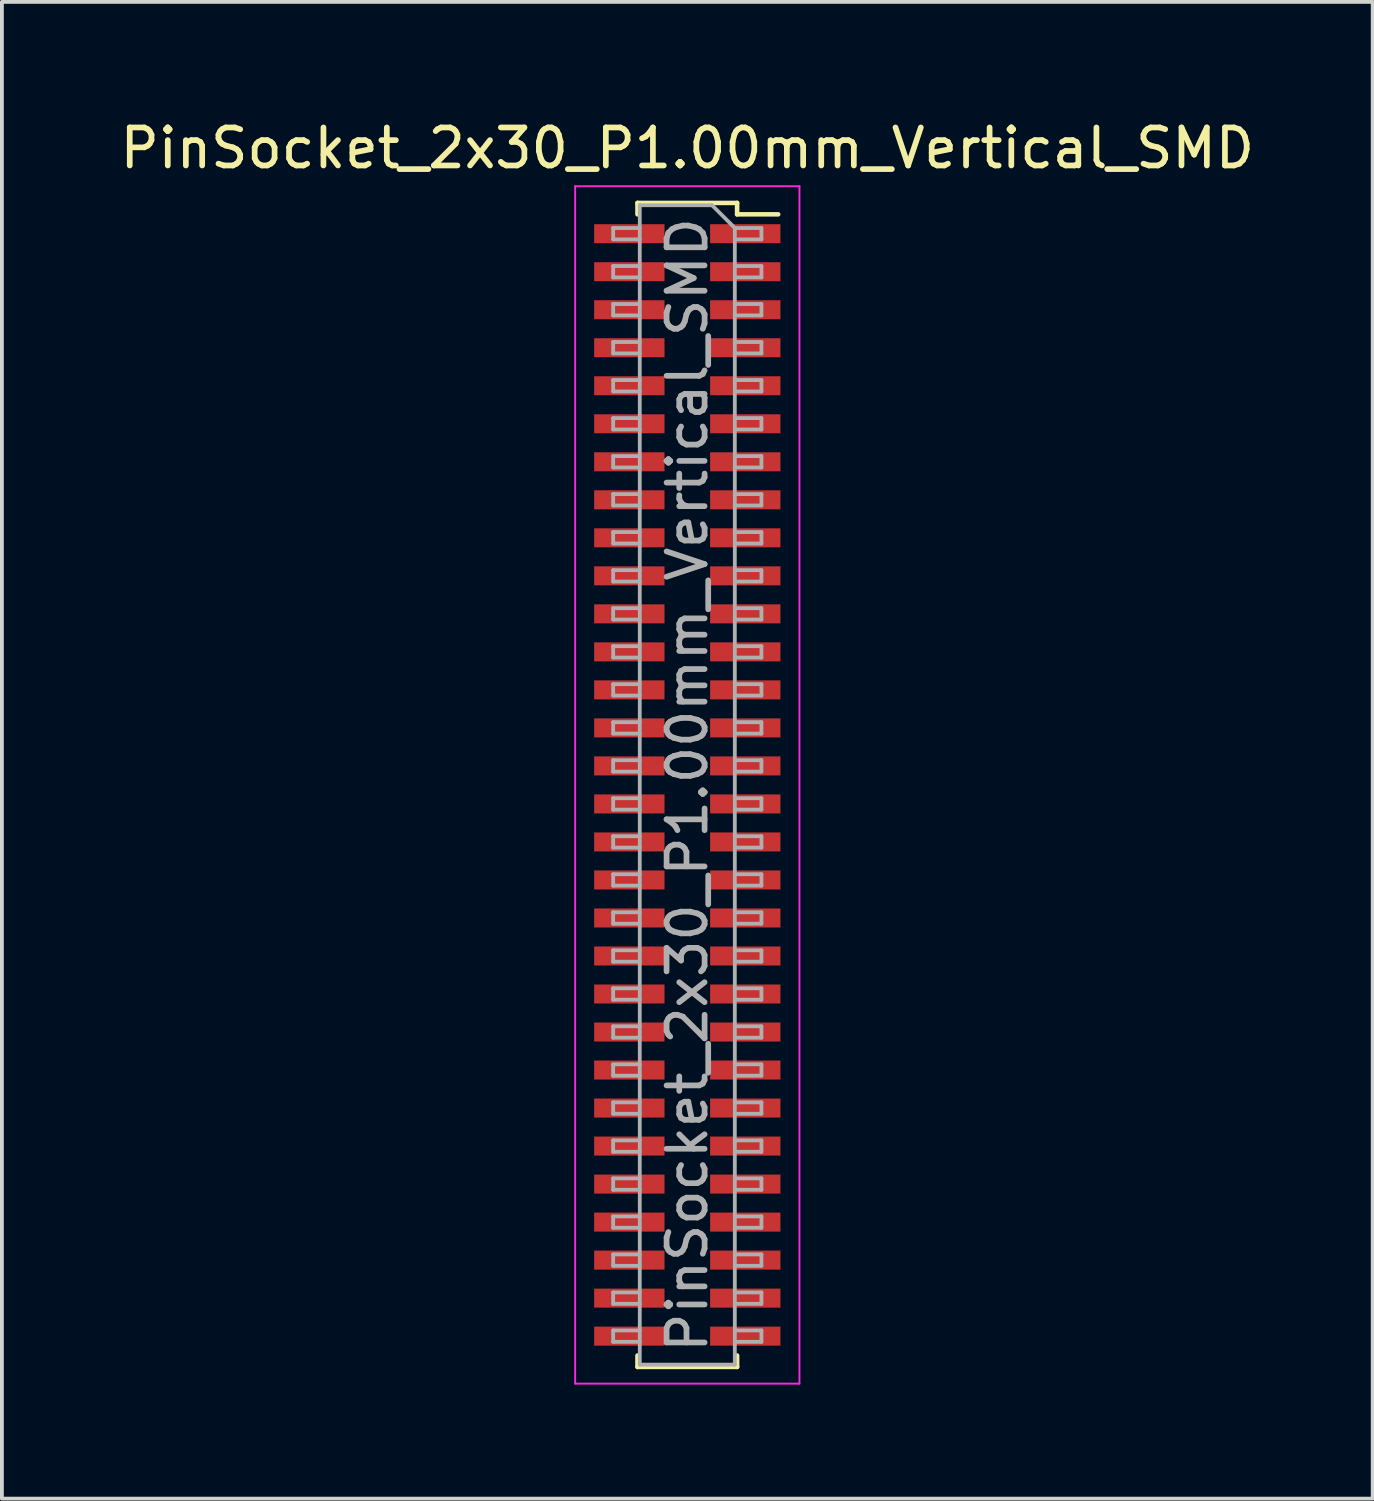
<source format=kicad_pcb>
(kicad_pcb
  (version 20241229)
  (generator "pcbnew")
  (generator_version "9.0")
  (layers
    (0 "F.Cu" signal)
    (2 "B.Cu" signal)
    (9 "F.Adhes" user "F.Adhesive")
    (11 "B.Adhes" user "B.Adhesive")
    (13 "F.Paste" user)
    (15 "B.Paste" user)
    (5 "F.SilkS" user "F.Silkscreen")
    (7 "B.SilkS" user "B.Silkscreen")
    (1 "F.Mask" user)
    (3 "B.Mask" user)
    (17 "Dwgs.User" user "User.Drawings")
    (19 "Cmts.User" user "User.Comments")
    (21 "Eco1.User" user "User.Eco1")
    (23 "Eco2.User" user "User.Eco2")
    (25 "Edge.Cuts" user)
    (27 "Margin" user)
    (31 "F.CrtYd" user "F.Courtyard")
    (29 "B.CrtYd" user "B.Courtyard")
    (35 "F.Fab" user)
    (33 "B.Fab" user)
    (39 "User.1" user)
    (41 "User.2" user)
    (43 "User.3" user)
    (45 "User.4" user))
  (footprint "PinSocket_2x30_P1.00mm_Vertical_SMD"
    (layer "F.Cu")
    (at 15.03 17.598)
    (property "Reference" "PinSocket_2x30_P1.00mm_Vertical_SMD" (at 0 -16.75 0) (layer "F.SilkS") (effects (font (size 1 1) (thickness 0.15))))
    (attr smd)
    (fp_line (start -1.31 -15.31) (end -1.31 -15.01) (stroke (width 0.12) (type solid)) (layer "F.SilkS"))
    (fp_line (start -1.31 -15.31) (end 1.31 -15.31) (stroke (width 0.12) (type solid)) (layer "F.SilkS"))
    (fp_line (start -1.31 15.01) (end -1.31 15.31) (stroke (width 0.12) (type solid)) (layer "F.SilkS"))
    (fp_line (start -1.31 15.31) (end 1.31 15.31) (stroke (width 0.12) (type solid)) (layer "F.SilkS"))
    (fp_line (start 1.31 -15.31) (end 1.31 -15.01) (stroke (width 0.12) (type solid)) (layer "F.SilkS"))
    (fp_line (start 1.31 -15.01) (end 2.39 -15.01) (stroke (width 0.12) (type solid)) (layer "F.SilkS"))
    (fp_line (start 1.31 15.01) (end 1.31 15.31) (stroke (width 0.12) (type solid)) (layer "F.SilkS"))
    (fp_line (start -2.95 -15.75) (end 2.95 -15.75) (stroke (width 0.05) (type solid)) (layer "F.CrtYd"))
    (fp_line (start -2.95 15.75) (end -2.95 -15.75) (stroke (width 0.05) (type solid)) (layer "F.CrtYd"))
    (fp_line (start 2.95 -15.75) (end 2.95 15.75) (stroke (width 0.05) (type solid)) (layer "F.CrtYd"))
    (fp_line (start 2.95 15.75) (end -2.95 15.75) (stroke (width 0.05) (type solid)) (layer "F.CrtYd"))
    (fp_line (start -1.95 -14.65) (end -1.25 -14.65) (stroke (width 0.1) (type solid)) (layer "F.Fab"))
    (fp_line (start -1.95 -14.35) (end -1.95 -14.65) (stroke (width 0.1) (type solid)) (layer "F.Fab"))
    (fp_line (start -1.95 -13.65) (end -1.25 -13.65) (stroke (width 0.1) (type solid)) (layer "F.Fab"))
    (fp_line (start -1.95 -13.35) (end -1.95 -13.65) (stroke (width 0.1) (type solid)) (layer "F.Fab"))
    (fp_line (start -1.95 -12.65) (end -1.25 -12.65) (stroke (width 0.1) (type solid)) (layer "F.Fab"))
    (fp_line (start -1.95 -12.35) (end -1.95 -12.65) (stroke (width 0.1) (type solid)) (layer "F.Fab"))
    (fp_line (start -1.95 -11.65) (end -1.25 -11.65) (stroke (width 0.1) (type solid)) (layer "F.Fab"))
    (fp_line (start -1.95 -11.35) (end -1.95 -11.65) (stroke (width 0.1) (type solid)) (layer "F.Fab"))
    (fp_line (start -1.95 -10.65) (end -1.25 -10.65) (stroke (width 0.1) (type solid)) (layer "F.Fab"))
    (fp_line (start -1.95 -10.35) (end -1.95 -10.65) (stroke (width 0.1) (type solid)) (layer "F.Fab"))
    (fp_line (start -1.95 -9.65) (end -1.25 -9.65) (stroke (width 0.1) (type solid)) (layer "F.Fab"))
    (fp_line (start -1.95 -9.35) (end -1.95 -9.65) (stroke (width 0.1) (type solid)) (layer "F.Fab"))
    (fp_line (start -1.95 -8.65) (end -1.25 -8.65) (stroke (width 0.1) (type solid)) (layer "F.Fab"))
    (fp_line (start -1.95 -8.35) (end -1.95 -8.65) (stroke (width 0.1) (type solid)) (layer "F.Fab"))
    (fp_line (start -1.95 -7.65) (end -1.25 -7.65) (stroke (width 0.1) (type solid)) (layer "F.Fab"))
    (fp_line (start -1.95 -7.35) (end -1.95 -7.65) (stroke (width 0.1) (type solid)) (layer "F.Fab"))
    (fp_line (start -1.95 -6.65) (end -1.25 -6.65) (stroke (width 0.1) (type solid)) (layer "F.Fab"))
    (fp_line (start -1.95 -6.35) (end -1.95 -6.65) (stroke (width 0.1) (type solid)) (layer "F.Fab"))
    (fp_line (start -1.95 -5.65) (end -1.25 -5.65) (stroke (width 0.1) (type solid)) (layer "F.Fab"))
    (fp_line (start -1.95 -5.35) (end -1.95 -5.65) (stroke (width 0.1) (type solid)) (layer "F.Fab"))
    (fp_line (start -1.95 -4.65) (end -1.25 -4.65) (stroke (width 0.1) (type solid)) (layer "F.Fab"))
    (fp_line (start -1.95 -4.35) (end -1.95 -4.65) (stroke (width 0.1) (type solid)) (layer "F.Fab"))
    (fp_line (start -1.95 -3.65) (end -1.25 -3.65) (stroke (width 0.1) (type solid)) (layer "F.Fab"))
    (fp_line (start -1.95 -3.35) (end -1.95 -3.65) (stroke (width 0.1) (type solid)) (layer "F.Fab"))
    (fp_line (start -1.95 -2.65) (end -1.25 -2.65) (stroke (width 0.1) (type solid)) (layer "F.Fab"))
    (fp_line (start -1.95 -2.35) (end -1.95 -2.65) (stroke (width 0.1) (type solid)) (layer "F.Fab"))
    (fp_line (start -1.95 -1.65) (end -1.25 -1.65) (stroke (width 0.1) (type solid)) (layer "F.Fab"))
    (fp_line (start -1.95 -1.35) (end -1.95 -1.65) (stroke (width 0.1) (type solid)) (layer "F.Fab"))
    (fp_line (start -1.95 -0.65) (end -1.25 -0.65) (stroke (width 0.1) (type solid)) (layer "F.Fab"))
    (fp_line (start -1.95 -0.35) (end -1.95 -0.65) (stroke (width 0.1) (type solid)) (layer "F.Fab"))
    (fp_line (start -1.95 0.35) (end -1.25 0.35) (stroke (width 0.1) (type solid)) (layer "F.Fab"))
    (fp_line (start -1.95 0.65) (end -1.95 0.35) (stroke (width 0.1) (type solid)) (layer "F.Fab"))
    (fp_line (start -1.95 1.35) (end -1.25 1.35) (stroke (width 0.1) (type solid)) (layer "F.Fab"))
    (fp_line (start -1.95 1.65) (end -1.95 1.35) (stroke (width 0.1) (type solid)) (layer "F.Fab"))
    (fp_line (start -1.95 2.35) (end -1.25 2.35) (stroke (width 0.1) (type solid)) (layer "F.Fab"))
    (fp_line (start -1.95 2.65) (end -1.95 2.35) (stroke (width 0.1) (type solid)) (layer "F.Fab"))
    (fp_line (start -1.95 3.35) (end -1.25 3.35) (stroke (width 0.1) (type solid)) (layer "F.Fab"))
    (fp_line (start -1.95 3.65) (end -1.95 3.35) (stroke (width 0.1) (type solid)) (layer "F.Fab"))
    (fp_line (start -1.95 4.35) (end -1.25 4.35) (stroke (width 0.1) (type solid)) (layer "F.Fab"))
    (fp_line (start -1.95 4.65) (end -1.95 4.35) (stroke (width 0.1) (type solid)) (layer "F.Fab"))
    (fp_line (start -1.95 5.35) (end -1.25 5.35) (stroke (width 0.1) (type solid)) (layer "F.Fab"))
    (fp_line (start -1.95 5.65) (end -1.95 5.35) (stroke (width 0.1) (type solid)) (layer "F.Fab"))
    (fp_line (start -1.95 6.35) (end -1.25 6.35) (stroke (width 0.1) (type solid)) (layer "F.Fab"))
    (fp_line (start -1.95 6.65) (end -1.95 6.35) (stroke (width 0.1) (type solid)) (layer "F.Fab"))
    (fp_line (start -1.95 7.35) (end -1.25 7.35) (stroke (width 0.1) (type solid)) (layer "F.Fab"))
    (fp_line (start -1.95 7.65) (end -1.95 7.35) (stroke (width 0.1) (type solid)) (layer "F.Fab"))
    (fp_line (start -1.95 8.35) (end -1.25 8.35) (stroke (width 0.1) (type solid)) (layer "F.Fab"))
    (fp_line (start -1.95 8.65) (end -1.95 8.35) (stroke (width 0.1) (type solid)) (layer "F.Fab"))
    (fp_line (start -1.95 9.35) (end -1.25 9.35) (stroke (width 0.1) (type solid)) (layer "F.Fab"))
    (fp_line (start -1.95 9.65) (end -1.95 9.35) (stroke (width 0.1) (type solid)) (layer "F.Fab"))
    (fp_line (start -1.95 10.35) (end -1.25 10.35) (stroke (width 0.1) (type solid)) (layer "F.Fab"))
    (fp_line (start -1.95 10.65) (end -1.95 10.35) (stroke (width 0.1) (type solid)) (layer "F.Fab"))
    (fp_line (start -1.95 11.35) (end -1.25 11.35) (stroke (width 0.1) (type solid)) (layer "F.Fab"))
    (fp_line (start -1.95 11.65) (end -1.95 11.35) (stroke (width 0.1) (type solid)) (layer "F.Fab"))
    (fp_line (start -1.95 12.35) (end -1.25 12.35) (stroke (width 0.1) (type solid)) (layer "F.Fab"))
    (fp_line (start -1.95 12.65) (end -1.95 12.35) (stroke (width 0.1) (type solid)) (layer "F.Fab"))
    (fp_line (start -1.95 13.35) (end -1.25 13.35) (stroke (width 0.1) (type solid)) (layer "F.Fab"))
    (fp_line (start -1.95 13.65) (end -1.95 13.35) (stroke (width 0.1) (type solid)) (layer "F.Fab"))
    (fp_line (start -1.95 14.35) (end -1.25 14.35) (stroke (width 0.1) (type solid)) (layer "F.Fab"))
    (fp_line (start -1.95 14.65) (end -1.95 14.35) (stroke (width 0.1) (type solid)) (layer "F.Fab"))
    (fp_line (start -1.25 -15.25) (end 0.65 -15.25) (stroke (width 0.1) (type solid)) (layer "F.Fab"))
    (fp_line (start -1.25 -14.35) (end -1.95 -14.35) (stroke (width 0.1) (type solid)) (layer "F.Fab"))
    (fp_line (start -1.25 -13.35) (end -1.95 -13.35) (stroke (width 0.1) (type solid)) (layer "F.Fab"))
    (fp_line (start -1.25 -12.35) (end -1.95 -12.35) (stroke (width 0.1) (type solid)) (layer "F.Fab"))
    (fp_line (start -1.25 -11.35) (end -1.95 -11.35) (stroke (width 0.1) (type solid)) (layer "F.Fab"))
    (fp_line (start -1.25 -10.35) (end -1.95 -10.35) (stroke (width 0.1) (type solid)) (layer "F.Fab"))
    (fp_line (start -1.25 -9.35) (end -1.95 -9.35) (stroke (width 0.1) (type solid)) (layer "F.Fab"))
    (fp_line (start -1.25 -8.35) (end -1.95 -8.35) (stroke (width 0.1) (type solid)) (layer "F.Fab"))
    (fp_line (start -1.25 -7.35) (end -1.95 -7.35) (stroke (width 0.1) (type solid)) (layer "F.Fab"))
    (fp_line (start -1.25 -6.35) (end -1.95 -6.35) (stroke (width 0.1) (type solid)) (layer "F.Fab"))
    (fp_line (start -1.25 -5.35) (end -1.95 -5.35) (stroke (width 0.1) (type solid)) (layer "F.Fab"))
    (fp_line (start -1.25 -4.35) (end -1.95 -4.35) (stroke (width 0.1) (type solid)) (layer "F.Fab"))
    (fp_line (start -1.25 -3.35) (end -1.95 -3.35) (stroke (width 0.1) (type solid)) (layer "F.Fab"))
    (fp_line (start -1.25 -2.35) (end -1.95 -2.35) (stroke (width 0.1) (type solid)) (layer "F.Fab"))
    (fp_line (start -1.25 -1.35) (end -1.95 -1.35) (stroke (width 0.1) (type solid)) (layer "F.Fab"))
    (fp_line (start -1.25 -0.35) (end -1.95 -0.35) (stroke (width 0.1) (type solid)) (layer "F.Fab"))
    (fp_line (start -1.25 0.65) (end -1.95 0.65) (stroke (width 0.1) (type solid)) (layer "F.Fab"))
    (fp_line (start -1.25 1.65) (end -1.95 1.65) (stroke (width 0.1) (type solid)) (layer "F.Fab"))
    (fp_line (start -1.25 2.65) (end -1.95 2.65) (stroke (width 0.1) (type solid)) (layer "F.Fab"))
    (fp_line (start -1.25 3.65) (end -1.95 3.65) (stroke (width 0.1) (type solid)) (layer "F.Fab"))
    (fp_line (start -1.25 4.65) (end -1.95 4.65) (stroke (width 0.1) (type solid)) (layer "F.Fab"))
    (fp_line (start -1.25 5.65) (end -1.95 5.65) (stroke (width 0.1) (type solid)) (layer "F.Fab"))
    (fp_line (start -1.25 6.65) (end -1.95 6.65) (stroke (width 0.1) (type solid)) (layer "F.Fab"))
    (fp_line (start -1.25 7.65) (end -1.95 7.65) (stroke (width 0.1) (type solid)) (layer "F.Fab"))
    (fp_line (start -1.25 8.65) (end -1.95 8.65) (stroke (width 0.1) (type solid)) (layer "F.Fab"))
    (fp_line (start -1.25 9.65) (end -1.95 9.65) (stroke (width 0.1) (type solid)) (layer "F.Fab"))
    (fp_line (start -1.25 10.65) (end -1.95 10.65) (stroke (width 0.1) (type solid)) (layer "F.Fab"))
    (fp_line (start -1.25 11.65) (end -1.95 11.65) (stroke (width 0.1) (type solid)) (layer "F.Fab"))
    (fp_line (start -1.25 12.65) (end -1.95 12.65) (stroke (width 0.1) (type solid)) (layer "F.Fab"))
    (fp_line (start -1.25 13.65) (end -1.95 13.65) (stroke (width 0.1) (type solid)) (layer "F.Fab"))
    (fp_line (start -1.25 14.65) (end -1.95 14.65) (stroke (width 0.1) (type solid)) (layer "F.Fab"))
    (fp_line (start -1.25 15.25) (end -1.25 -15.25) (stroke (width 0.1) (type solid)) (layer "F.Fab"))
    (fp_line (start 0.65 -15.25) (end 1.25 -14.65) (stroke (width 0.1) (type solid)) (layer "F.Fab"))
    (fp_line (start 1.25 -14.65) (end 1.25 15.25) (stroke (width 0.1) (type solid)) (layer "F.Fab"))
    (fp_line (start 1.25 -14.65) (end 1.95 -14.65) (stroke (width 0.1) (type solid)) (layer "F.Fab"))
    (fp_line (start 1.25 -13.65) (end 1.95 -13.65) (stroke (width 0.1) (type solid)) (layer "F.Fab"))
    (fp_line (start 1.25 -12.65) (end 1.95 -12.65) (stroke (width 0.1) (type solid)) (layer "F.Fab"))
    (fp_line (start 1.25 -11.65) (end 1.95 -11.65) (stroke (width 0.1) (type solid)) (layer "F.Fab"))
    (fp_line (start 1.25 -10.65) (end 1.95 -10.65) (stroke (width 0.1) (type solid)) (layer "F.Fab"))
    (fp_line (start 1.25 -9.65) (end 1.95 -9.65) (stroke (width 0.1) (type solid)) (layer "F.Fab"))
    (fp_line (start 1.25 -8.65) (end 1.95 -8.65) (stroke (width 0.1) (type solid)) (layer "F.Fab"))
    (fp_line (start 1.25 -7.65) (end 1.95 -7.65) (stroke (width 0.1) (type solid)) (layer "F.Fab"))
    (fp_line (start 1.25 -6.65) (end 1.95 -6.65) (stroke (width 0.1) (type solid)) (layer "F.Fab"))
    (fp_line (start 1.25 -5.65) (end 1.95 -5.65) (stroke (width 0.1) (type solid)) (layer "F.Fab"))
    (fp_line (start 1.25 -4.65) (end 1.95 -4.65) (stroke (width 0.1) (type solid)) (layer "F.Fab"))
    (fp_line (start 1.25 -3.65) (end 1.95 -3.65) (stroke (width 0.1) (type solid)) (layer "F.Fab"))
    (fp_line (start 1.25 -2.65) (end 1.95 -2.65) (stroke (width 0.1) (type solid)) (layer "F.Fab"))
    (fp_line (start 1.25 -1.65) (end 1.95 -1.65) (stroke (width 0.1) (type solid)) (layer "F.Fab"))
    (fp_line (start 1.25 -0.65) (end 1.95 -0.65) (stroke (width 0.1) (type solid)) (layer "F.Fab"))
    (fp_line (start 1.25 0.35) (end 1.95 0.35) (stroke (width 0.1) (type solid)) (layer "F.Fab"))
    (fp_line (start 1.25 1.35) (end 1.95 1.35) (stroke (width 0.1) (type solid)) (layer "F.Fab"))
    (fp_line (start 1.25 2.35) (end 1.95 2.35) (stroke (width 0.1) (type solid)) (layer "F.Fab"))
    (fp_line (start 1.25 3.35) (end 1.95 3.35) (stroke (width 0.1) (type solid)) (layer "F.Fab"))
    (fp_line (start 1.25 4.35) (end 1.95 4.35) (stroke (width 0.1) (type solid)) (layer "F.Fab"))
    (fp_line (start 1.25 5.35) (end 1.95 5.35) (stroke (width 0.1) (type solid)) (layer "F.Fab"))
    (fp_line (start 1.25 6.35) (end 1.95 6.35) (stroke (width 0.1) (type solid)) (layer "F.Fab"))
    (fp_line (start 1.25 7.35) (end 1.95 7.35) (stroke (width 0.1) (type solid)) (layer "F.Fab"))
    (fp_line (start 1.25 8.35) (end 1.95 8.35) (stroke (width 0.1) (type solid)) (layer "F.Fab"))
    (fp_line (start 1.25 9.35) (end 1.95 9.35) (stroke (width 0.1) (type solid)) (layer "F.Fab"))
    (fp_line (start 1.25 10.35) (end 1.95 10.35) (stroke (width 0.1) (type solid)) (layer "F.Fab"))
    (fp_line (start 1.25 11.35) (end 1.95 11.35) (stroke (width 0.1) (type solid)) (layer "F.Fab"))
    (fp_line (start 1.25 12.35) (end 1.95 12.35) (stroke (width 0.1) (type solid)) (layer "F.Fab"))
    (fp_line (start 1.25 13.35) (end 1.95 13.35) (stroke (width 0.1) (type solid)) (layer "F.Fab"))
    (fp_line (start 1.25 14.35) (end 1.95 14.35) (stroke (width 0.1) (type solid)) (layer "F.Fab"))
    (fp_line (start 1.25 15.25) (end -1.25 15.25) (stroke (width 0.1) (type solid)) (layer "F.Fab"))
    (fp_line (start 1.95 -14.65) (end 1.95 -14.35) (stroke (width 0.1) (type solid)) (layer "F.Fab"))
    (fp_line (start 1.95 -14.35) (end 1.25 -14.35) (stroke (width 0.1) (type solid)) (layer "F.Fab"))
    (fp_line (start 1.95 -13.65) (end 1.95 -13.35) (stroke (width 0.1) (type solid)) (layer "F.Fab"))
    (fp_line (start 1.95 -13.35) (end 1.25 -13.35) (stroke (width 0.1) (type solid)) (layer "F.Fab"))
    (fp_line (start 1.95 -12.65) (end 1.95 -12.35) (stroke (width 0.1) (type solid)) (layer "F.Fab"))
    (fp_line (start 1.95 -12.35) (end 1.25 -12.35) (stroke (width 0.1) (type solid)) (layer "F.Fab"))
    (fp_line (start 1.95 -11.65) (end 1.95 -11.35) (stroke (width 0.1) (type solid)) (layer "F.Fab"))
    (fp_line (start 1.95 -11.35) (end 1.25 -11.35) (stroke (width 0.1) (type solid)) (layer "F.Fab"))
    (fp_line (start 1.95 -10.65) (end 1.95 -10.35) (stroke (width 0.1) (type solid)) (layer "F.Fab"))
    (fp_line (start 1.95 -10.35) (end 1.25 -10.35) (stroke (width 0.1) (type solid)) (layer "F.Fab"))
    (fp_line (start 1.95 -9.65) (end 1.95 -9.35) (stroke (width 0.1) (type solid)) (layer "F.Fab"))
    (fp_line (start 1.95 -9.35) (end 1.25 -9.35) (stroke (width 0.1) (type solid)) (layer "F.Fab"))
    (fp_line (start 1.95 -8.65) (end 1.95 -8.35) (stroke (width 0.1) (type solid)) (layer "F.Fab"))
    (fp_line (start 1.95 -8.35) (end 1.25 -8.35) (stroke (width 0.1) (type solid)) (layer "F.Fab"))
    (fp_line (start 1.95 -7.65) (end 1.95 -7.35) (stroke (width 0.1) (type solid)) (layer "F.Fab"))
    (fp_line (start 1.95 -7.35) (end 1.25 -7.35) (stroke (width 0.1) (type solid)) (layer "F.Fab"))
    (fp_line (start 1.95 -6.65) (end 1.95 -6.35) (stroke (width 0.1) (type solid)) (layer "F.Fab"))
    (fp_line (start 1.95 -6.35) (end 1.25 -6.35) (stroke (width 0.1) (type solid)) (layer "F.Fab"))
    (fp_line (start 1.95 -5.65) (end 1.95 -5.35) (stroke (width 0.1) (type solid)) (layer "F.Fab"))
    (fp_line (start 1.95 -5.35) (end 1.25 -5.35) (stroke (width 0.1) (type solid)) (layer "F.Fab"))
    (fp_line (start 1.95 -4.65) (end 1.95 -4.35) (stroke (width 0.1) (type solid)) (layer "F.Fab"))
    (fp_line (start 1.95 -4.35) (end 1.25 -4.35) (stroke (width 0.1) (type solid)) (layer "F.Fab"))
    (fp_line (start 1.95 -3.65) (end 1.95 -3.35) (stroke (width 0.1) (type solid)) (layer "F.Fab"))
    (fp_line (start 1.95 -3.35) (end 1.25 -3.35) (stroke (width 0.1) (type solid)) (layer "F.Fab"))
    (fp_line (start 1.95 -2.65) (end 1.95 -2.35) (stroke (width 0.1) (type solid)) (layer "F.Fab"))
    (fp_line (start 1.95 -2.35) (end 1.25 -2.35) (stroke (width 0.1) (type solid)) (layer "F.Fab"))
    (fp_line (start 1.95 -1.65) (end 1.95 -1.35) (stroke (width 0.1) (type solid)) (layer "F.Fab"))
    (fp_line (start 1.95 -1.35) (end 1.25 -1.35) (stroke (width 0.1) (type solid)) (layer "F.Fab"))
    (fp_line (start 1.95 -0.65) (end 1.95 -0.35) (stroke (width 0.1) (type solid)) (layer "F.Fab"))
    (fp_line (start 1.95 -0.35) (end 1.25 -0.35) (stroke (width 0.1) (type solid)) (layer "F.Fab"))
    (fp_line (start 1.95 0.35) (end 1.95 0.65) (stroke (width 0.1) (type solid)) (layer "F.Fab"))
    (fp_line (start 1.95 0.65) (end 1.25 0.65) (stroke (width 0.1) (type solid)) (layer "F.Fab"))
    (fp_line (start 1.95 1.35) (end 1.95 1.65) (stroke (width 0.1) (type solid)) (layer "F.Fab"))
    (fp_line (start 1.95 1.65) (end 1.25 1.65) (stroke (width 0.1) (type solid)) (layer "F.Fab"))
    (fp_line (start 1.95 2.35) (end 1.95 2.65) (stroke (width 0.1) (type solid)) (layer "F.Fab"))
    (fp_line (start 1.95 2.65) (end 1.25 2.65) (stroke (width 0.1) (type solid)) (layer "F.Fab"))
    (fp_line (start 1.95 3.35) (end 1.95 3.65) (stroke (width 0.1) (type solid)) (layer "F.Fab"))
    (fp_line (start 1.95 3.65) (end 1.25 3.65) (stroke (width 0.1) (type solid)) (layer "F.Fab"))
    (fp_line (start 1.95 4.35) (end 1.95 4.65) (stroke (width 0.1) (type solid)) (layer "F.Fab"))
    (fp_line (start 1.95 4.65) (end 1.25 4.65) (stroke (width 0.1) (type solid)) (layer "F.Fab"))
    (fp_line (start 1.95 5.35) (end 1.95 5.65) (stroke (width 0.1) (type solid)) (layer "F.Fab"))
    (fp_line (start 1.95 5.65) (end 1.25 5.65) (stroke (width 0.1) (type solid)) (layer "F.Fab"))
    (fp_line (start 1.95 6.35) (end 1.95 6.65) (stroke (width 0.1) (type solid)) (layer "F.Fab"))
    (fp_line (start 1.95 6.65) (end 1.25 6.65) (stroke (width 0.1) (type solid)) (layer "F.Fab"))
    (fp_line (start 1.95 7.35) (end 1.95 7.65) (stroke (width 0.1) (type solid)) (layer "F.Fab"))
    (fp_line (start 1.95 7.65) (end 1.25 7.65) (stroke (width 0.1) (type solid)) (layer "F.Fab"))
    (fp_line (start 1.95 8.35) (end 1.95 8.65) (stroke (width 0.1) (type solid)) (layer "F.Fab"))
    (fp_line (start 1.95 8.65) (end 1.25 8.65) (stroke (width 0.1) (type solid)) (layer "F.Fab"))
    (fp_line (start 1.95 9.35) (end 1.95 9.65) (stroke (width 0.1) (type solid)) (layer "F.Fab"))
    (fp_line (start 1.95 9.65) (end 1.25 9.65) (stroke (width 0.1) (type solid)) (layer "F.Fab"))
    (fp_line (start 1.95 10.35) (end 1.95 10.65) (stroke (width 0.1) (type solid)) (layer "F.Fab"))
    (fp_line (start 1.95 10.65) (end 1.25 10.65) (stroke (width 0.1) (type solid)) (layer "F.Fab"))
    (fp_line (start 1.95 11.35) (end 1.95 11.65) (stroke (width 0.1) (type solid)) (layer "F.Fab"))
    (fp_line (start 1.95 11.65) (end 1.25 11.65) (stroke (width 0.1) (type solid)) (layer "F.Fab"))
    (fp_line (start 1.95 12.35) (end 1.95 12.65) (stroke (width 0.1) (type solid)) (layer "F.Fab"))
    (fp_line (start 1.95 12.65) (end 1.25 12.65) (stroke (width 0.1) (type solid)) (layer "F.Fab"))
    (fp_line (start 1.95 13.35) (end 1.95 13.65) (stroke (width 0.1) (type solid)) (layer "F.Fab"))
    (fp_line (start 1.95 13.65) (end 1.25 13.65) (stroke (width 0.1) (type solid)) (layer "F.Fab"))
    (fp_line (start 1.95 14.35) (end 1.95 14.65) (stroke (width 0.1) (type solid)) (layer "F.Fab"))
    (fp_line (start 1.95 14.65) (end 1.25 14.65) (stroke (width 0.1) (type solid)) (layer "F.Fab"))
    (fp_text user "${REFERENCE}" (at 0 0 90) (layer "F.Fab") (effects (font (size 1 1) (thickness 0.15))))
    (pad "1" smd rect (at 1.525 -14.5) (size 1.85 0.5) (layers "F.Cu" "F.Mask" "F.Paste"))
    (pad "2" smd rect (at -1.525 -14.5) (size 1.85 0.5) (layers "F.Cu" "F.Mask" "F.Paste"))
    (pad "3" smd rect (at 1.525 -13.5) (size 1.85 0.5) (layers "F.Cu" "F.Mask" "F.Paste"))
    (pad "4" smd rect (at -1.525 -13.5) (size 1.85 0.5) (layers "F.Cu" "F.Mask" "F.Paste"))
    (pad "5" smd rect (at 1.525 -12.5) (size 1.85 0.5) (layers "F.Cu" "F.Mask" "F.Paste"))
    (pad "6" smd rect (at -1.525 -12.5) (size 1.85 0.5) (layers "F.Cu" "F.Mask" "F.Paste"))
    (pad "7" smd rect (at 1.525 -11.5) (size 1.85 0.5) (layers "F.Cu" "F.Mask" "F.Paste"))
    (pad "8" smd rect (at -1.525 -11.5) (size 1.85 0.5) (layers "F.Cu" "F.Mask" "F.Paste"))
    (pad "9" smd rect (at 1.525 -10.5) (size 1.85 0.5) (layers "F.Cu" "F.Mask" "F.Paste"))
    (pad "10" smd rect (at -1.525 -10.5) (size 1.85 0.5) (layers "F.Cu" "F.Mask" "F.Paste"))
    (pad "11" smd rect (at 1.525 -9.5) (size 1.85 0.5) (layers "F.Cu" "F.Mask" "F.Paste"))
    (pad "12" smd rect (at -1.525 -9.5) (size 1.85 0.5) (layers "F.Cu" "F.Mask" "F.Paste"))
    (pad "13" smd rect (at 1.525 -8.5) (size 1.85 0.5) (layers "F.Cu" "F.Mask" "F.Paste"))
    (pad "14" smd rect (at -1.525 -8.5) (size 1.85 0.5) (layers "F.Cu" "F.Mask" "F.Paste"))
    (pad "15" smd rect (at 1.525 -7.5) (size 1.85 0.5) (layers "F.Cu" "F.Mask" "F.Paste"))
    (pad "16" smd rect (at -1.525 -7.5) (size 1.85 0.5) (layers "F.Cu" "F.Mask" "F.Paste"))
    (pad "17" smd rect (at 1.525 -6.5) (size 1.85 0.5) (layers "F.Cu" "F.Mask" "F.Paste"))
    (pad "18" smd rect (at -1.525 -6.5) (size 1.85 0.5) (layers "F.Cu" "F.Mask" "F.Paste"))
    (pad "19" smd rect (at 1.525 -5.5) (size 1.85 0.5) (layers "F.Cu" "F.Mask" "F.Paste"))
    (pad "20" smd rect (at -1.525 -5.5) (size 1.85 0.5) (layers "F.Cu" "F.Mask" "F.Paste"))
    (pad "21" smd rect (at 1.525 -4.5) (size 1.85 0.5) (layers "F.Cu" "F.Mask" "F.Paste"))
    (pad "22" smd rect (at -1.525 -4.5) (size 1.85 0.5) (layers "F.Cu" "F.Mask" "F.Paste"))
    (pad "23" smd rect (at 1.525 -3.5) (size 1.85 0.5) (layers "F.Cu" "F.Mask" "F.Paste"))
    (pad "24" smd rect (at -1.525 -3.5) (size 1.85 0.5) (layers "F.Cu" "F.Mask" "F.Paste"))
    (pad "25" smd rect (at 1.525 -2.5) (size 1.85 0.5) (layers "F.Cu" "F.Mask" "F.Paste"))
    (pad "26" smd rect (at -1.525 -2.5) (size 1.85 0.5) (layers "F.Cu" "F.Mask" "F.Paste"))
    (pad "27" smd rect (at 1.525 -1.5) (size 1.85 0.5) (layers "F.Cu" "F.Mask" "F.Paste"))
    (pad "28" smd rect (at -1.525 -1.5) (size 1.85 0.5) (layers "F.Cu" "F.Mask" "F.Paste"))
    (pad "29" smd rect (at 1.525 -0.5) (size 1.85 0.5) (layers "F.Cu" "F.Mask" "F.Paste"))
    (pad "30" smd rect (at -1.525 -0.5) (size 1.85 0.5) (layers "F.Cu" "F.Mask" "F.Paste"))
    (pad "31" smd rect (at 1.525 0.5) (size 1.85 0.5) (layers "F.Cu" "F.Mask" "F.Paste"))
    (pad "32" smd rect (at -1.525 0.5) (size 1.85 0.5) (layers "F.Cu" "F.Mask" "F.Paste"))
    (pad "33" smd rect (at 1.525 1.5) (size 1.85 0.5) (layers "F.Cu" "F.Mask" "F.Paste"))
    (pad "34" smd rect (at -1.525 1.5) (size 1.85 0.5) (layers "F.Cu" "F.Mask" "F.Paste"))
    (pad "35" smd rect (at 1.525 2.5) (size 1.85 0.5) (layers "F.Cu" "F.Mask" "F.Paste"))
    (pad "36" smd rect (at -1.525 2.5) (size 1.85 0.5) (layers "F.Cu" "F.Mask" "F.Paste"))
    (pad "37" smd rect (at 1.525 3.5) (size 1.85 0.5) (layers "F.Cu" "F.Mask" "F.Paste"))
    (pad "38" smd rect (at -1.525 3.5) (size 1.85 0.5) (layers "F.Cu" "F.Mask" "F.Paste"))
    (pad "39" smd rect (at 1.525 4.5) (size 1.85 0.5) (layers "F.Cu" "F.Mask" "F.Paste"))
    (pad "40" smd rect (at -1.525 4.5) (size 1.85 0.5) (layers "F.Cu" "F.Mask" "F.Paste"))
    (pad "41" smd rect (at 1.525 5.5) (size 1.85 0.5) (layers "F.Cu" "F.Mask" "F.Paste"))
    (pad "42" smd rect (at -1.525 5.5) (size 1.85 0.5) (layers "F.Cu" "F.Mask" "F.Paste"))
    (pad "43" smd rect (at 1.525 6.5) (size 1.85 0.5) (layers "F.Cu" "F.Mask" "F.Paste"))
    (pad "44" smd rect (at -1.525 6.5) (size 1.85 0.5) (layers "F.Cu" "F.Mask" "F.Paste"))
    (pad "45" smd rect (at 1.525 7.5) (size 1.85 0.5) (layers "F.Cu" "F.Mask" "F.Paste"))
    (pad "46" smd rect (at -1.525 7.5) (size 1.85 0.5) (layers "F.Cu" "F.Mask" "F.Paste"))
    (pad "47" smd rect (at 1.525 8.5) (size 1.85 0.5) (layers "F.Cu" "F.Mask" "F.Paste"))
    (pad "48" smd rect (at -1.525 8.5) (size 1.85 0.5) (layers "F.Cu" "F.Mask" "F.Paste"))
    (pad "49" smd rect (at 1.525 9.5) (size 1.85 0.5) (layers "F.Cu" "F.Mask" "F.Paste"))
    (pad "50" smd rect (at -1.525 9.5) (size 1.85 0.5) (layers "F.Cu" "F.Mask" "F.Paste"))
    (pad "51" smd rect (at 1.525 10.5) (size 1.85 0.5) (layers "F.Cu" "F.Mask" "F.Paste"))
    (pad "52" smd rect (at -1.525 10.5) (size 1.85 0.5) (layers "F.Cu" "F.Mask" "F.Paste"))
    (pad "53" smd rect (at 1.525 11.5) (size 1.85 0.5) (layers "F.Cu" "F.Mask" "F.Paste"))
    (pad "54" smd rect (at -1.525 11.5) (size 1.85 0.5) (layers "F.Cu" "F.Mask" "F.Paste"))
    (pad "55" smd rect (at 1.525 12.5) (size 1.85 0.5) (layers "F.Cu" "F.Mask" "F.Paste"))
    (pad "56" smd rect (at -1.525 12.5) (size 1.85 0.5) (layers "F.Cu" "F.Mask" "F.Paste"))
    (pad "57" smd rect (at 1.525 13.5) (size 1.85 0.5) (layers "F.Cu" "F.Mask" "F.Paste"))
    (pad "58" smd rect (at -1.525 13.5) (size 1.85 0.5) (layers "F.Cu" "F.Mask" "F.Paste"))
    (pad "59" smd rect (at 1.525 14.5) (size 1.85 0.5) (layers "F.Cu" "F.Mask" "F.Paste"))
    (pad "60" smd rect (at -1.525 14.5) (size 1.85 0.5) (layers "F.Cu" "F.Mask" "F.Paste")))
  (gr_rect
    (start -3 -3)
    (end 33.06 36.373)
    (stroke (width 0.1) (type default))
    (fill no)
    (layer "Edge.Cuts")))
</source>
